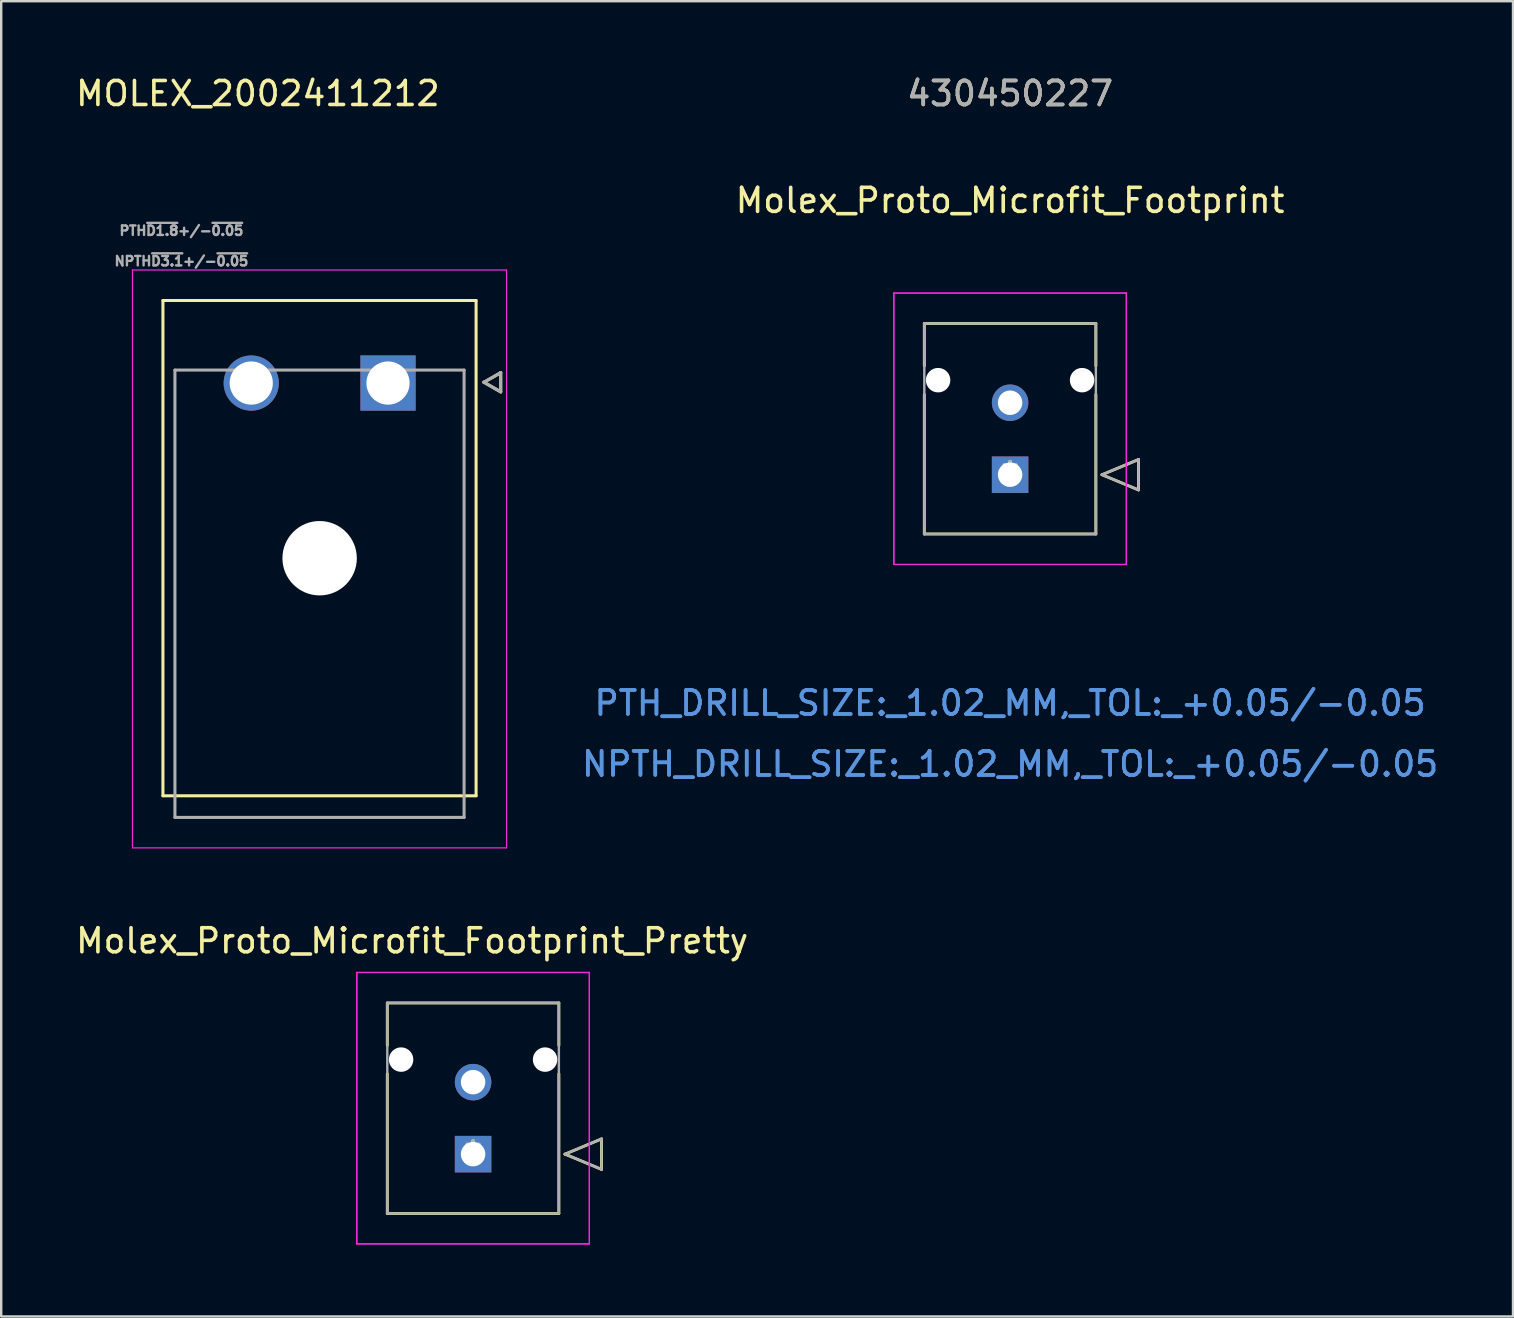
<source format=kicad_pcb>
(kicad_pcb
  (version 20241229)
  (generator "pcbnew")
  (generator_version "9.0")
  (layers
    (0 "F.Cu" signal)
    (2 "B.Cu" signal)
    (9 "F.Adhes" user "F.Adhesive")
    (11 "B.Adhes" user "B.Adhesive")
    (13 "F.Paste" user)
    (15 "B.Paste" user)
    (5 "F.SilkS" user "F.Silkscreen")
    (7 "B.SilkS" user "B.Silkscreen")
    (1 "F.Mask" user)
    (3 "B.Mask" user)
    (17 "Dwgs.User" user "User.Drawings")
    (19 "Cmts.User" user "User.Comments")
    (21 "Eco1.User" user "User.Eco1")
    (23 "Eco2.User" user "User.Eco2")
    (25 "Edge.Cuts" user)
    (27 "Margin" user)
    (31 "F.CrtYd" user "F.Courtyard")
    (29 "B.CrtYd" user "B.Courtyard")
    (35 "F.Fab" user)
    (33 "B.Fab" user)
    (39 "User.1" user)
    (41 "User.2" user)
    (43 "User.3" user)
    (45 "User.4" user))
  (footprint "Molex_Proto_Microfit_Footprint"
    (layer "F.Cu")
    (at 39.044 16.733)
    (property "Reference" "Molex_Proto_Microfit_Footprint" (at 0 -11.43 0) (layer "F.SilkS") (effects (font (size 1 1) (thickness 0.15))))
    (attr through_hole)
    (fp_line (start -3.575 -6.3) (end -3.575 -4.535) (stroke (width 0.12) (type solid)) (layer "F.SilkS"))
    (fp_line (start -3.575 -3.345) (end -3.575 2.47) (stroke (width 0.12) (type solid)) (layer "F.SilkS"))
    (fp_line (start -3.575 2.47) (end 3.575 2.47) (stroke (width 0.12) (type solid)) (layer "F.SilkS"))
    (fp_line (start 3.575 -6.3) (end -3.575 -6.3) (stroke (width 0.12) (type solid)) (layer "F.SilkS"))
    (fp_line (start 3.575 -4.535) (end 3.575 -6.3) (stroke (width 0.12) (type solid)) (layer "F.SilkS"))
    (fp_line (start 3.575 2.47) (end 3.575 -3.345) (stroke (width 0.12) (type solid)) (layer "F.SilkS"))
    (fp_line (start 3.829 0) (end 5.353 -0.635) (stroke (width 0.12) (type solid)) (layer "F.SilkS"))
    (fp_line (start 5.353 -0.635) (end 5.353 0.635) (stroke (width 0.12) (type solid)) (layer "F.SilkS"))
    (fp_line (start 5.353 0.635) (end 3.829 0) (stroke (width 0.12) (type solid)) (layer "F.SilkS"))
    (fp_line (start -4.845 -7.57) (end -4.845 3.74) (stroke (width 0.05) (type solid)) (layer "F.CrtYd"))
    (fp_line (start -4.845 -7.57) (end -4.845 3.74) (stroke (width 0.05) (type solid)) (layer "F.CrtYd"))
    (fp_line (start -4.845 3.74) (end 4.845 3.74) (stroke (width 0.05) (type solid)) (layer "F.CrtYd"))
    (fp_line (start -4.845 3.74) (end 4.845 3.74) (stroke (width 0.05) (type solid)) (layer "F.CrtYd"))
    (fp_line (start 4.845 -7.57) (end -4.845 -7.57) (stroke (width 0.05) (type solid)) (layer "F.CrtYd"))
    (fp_line (start 4.845 -7.57) (end -4.845 -7.57) (stroke (width 0.05) (type solid)) (layer "F.CrtYd"))
    (fp_line (start 4.845 3.74) (end 4.845 -7.57) (stroke (width 0.05) (type solid)) (layer "F.CrtYd"))
    (fp_line (start 4.845 3.74) (end 4.845 -7.57) (stroke (width 0.05) (type solid)) (layer "F.CrtYd"))
    (fp_line (start -3.575 -6.3) (end -3.575 2.47) (stroke (width 0.1) (type solid)) (layer "F.Fab"))
    (fp_line (start -3.575 2.47) (end 3.575 2.47) (stroke (width 0.1) (type solid)) (layer "F.Fab"))
    (fp_line (start 3.575 -6.3) (end -3.575 -6.3) (stroke (width 0.1) (type solid)) (layer "F.Fab"))
    (fp_line (start 3.575 2.47) (end 3.575 -6.3) (stroke (width 0.1) (type solid)) (layer "F.Fab"))
    (fp_line (start 3.829 0) (end 5.353 -0.635) (stroke (width 0.1) (type solid)) (layer "F.Fab"))
    (fp_line (start 5.353 -0.635) (end 5.353 0.635) (stroke (width 0.1) (type solid)) (layer "F.Fab"))
    (fp_line (start 5.353 0.635) (end 3.829 0) (stroke (width 0.1) (type solid)) (layer "F.Fab"))
    (fp_text user "*" (at 0 0 0) (layer "F.SilkS") (effects (font (size 1 1) (thickness 0.15))))
    (fp_text user "430450227" (at 0 -15.885 0) (layer "F.SilkS") (effects (font (size 1 1) (thickness 0.15))))
    (fp_text user "NPTH_DRILL_SIZE:_1.02_MM,_TOL:_+0.05/-0.05" (at 0 12.055 0) (layer "Cmts.User") (effects (font (size 1 1) (thickness 0.15))))
    (fp_text user "PTH_DRILL_SIZE:_1.02_MM,_TOL:_+0.05/-0.05" (at 0 9.515 0) (layer "Cmts.User") (effects (font (size 1 1) (thickness 0.15))))
    (fp_text user "PTH_DRILL_SIZE:_1.02_MM,_TOL:_+0.05/-0.05" (at 0 9.515 0) (layer "Cmts.User") (effects (font (size 1 1) (thickness 0.15))))
    (fp_text user "NPTH_DRILL_SIZE:_1.02_MM,_TOL:_+0.05/-0.05" (at 0 12.055 0) (layer "Cmts.User") (effects (font (size 1 1) (thickness 0.15))))
    (fp_text user "Copyright 2021 Accelerated Designs. All rights reserved." (at 0 0 0) (layer "Cmts.User") (effects (font (size 0.127 0.127) (thickness 0.002))))
    (fp_text user "*" (at 0 0 0) (layer "F.Fab") (effects (font (size 1 1) (thickness 0.15))))
    (fp_text user "430450227" (at 0 -15.885 0) (layer "F.Fab") (effects (font (size 1 1) (thickness 0.15))))
    (pad "" np_thru_hole circle (at -3 -3.94) (size 1.02 1.02) (drill 1.02) (layers "*.Cu" "*.Mask"))
    (pad "" np_thru_hole circle (at 3 -3.94) (size 1.02 1.02) (drill 1.02) (layers "*.Cu" "*.Mask"))
    (pad "1" thru_hole rect (at 0 0) (size 1.52 1.52) (drill 1.02) (layers "*.Cu" "*.Mask"))
    (pad "2" thru_hole circle (at 0 -3) (size 1.52 1.52) (drill 1.02) (layers "*.Cu" "*.Mask")))
  (footprint "Molex_Proto_Microfit_Footprint_Pretty"
    (layer "F.Cu")
    (at 16.665 45.047)
    (property "Reference" "Molex_Proto_Microfit_Footprint_Pretty" (at -2.54 -8.89 0) (layer "F.SilkS") (effects (font (size 1 1) (thickness 0.15))))
    (attr through_hole)
    (fp_line (start -3.575 -6.3) (end -3.575 -4.535) (stroke (width 0.12) (type solid)) (layer "F.SilkS"))
    (fp_line (start -3.575 -3.345) (end -3.575 2.47) (stroke (width 0.12) (type solid)) (layer "F.SilkS"))
    (fp_line (start -3.575 2.47) (end 3.575 2.47) (stroke (width 0.12) (type solid)) (layer "F.SilkS"))
    (fp_line (start 3.575 -6.3) (end -3.575 -6.3) (stroke (width 0.12) (type solid)) (layer "F.SilkS"))
    (fp_line (start 3.575 -4.535) (end 3.575 -6.3) (stroke (width 0.12) (type solid)) (layer "F.SilkS"))
    (fp_line (start 3.575 2.47) (end 3.575 -3.345) (stroke (width 0.12) (type solid)) (layer "F.SilkS"))
    (fp_line (start 3.829 0) (end 5.353 -0.635) (stroke (width 0.12) (type solid)) (layer "F.SilkS"))
    (fp_line (start 5.353 -0.635) (end 5.353 0.635) (stroke (width 0.12) (type solid)) (layer "F.SilkS"))
    (fp_line (start 5.353 0.635) (end 3.829 0) (stroke (width 0.12) (type solid)) (layer "F.SilkS"))
    (fp_line (start -4.845 -7.57) (end -4.845 3.74) (stroke (width 0.05) (type solid)) (layer "F.CrtYd"))
    (fp_line (start -4.845 -7.57) (end -4.845 3.74) (stroke (width 0.05) (type solid)) (layer "F.CrtYd"))
    (fp_line (start -4.845 3.74) (end 4.845 3.74) (stroke (width 0.05) (type solid)) (layer "F.CrtYd"))
    (fp_line (start -4.845 3.74) (end 4.845 3.74) (stroke (width 0.05) (type solid)) (layer "F.CrtYd"))
    (fp_line (start 4.845 -7.57) (end -4.845 -7.57) (stroke (width 0.05) (type solid)) (layer "F.CrtYd"))
    (fp_line (start 4.845 -7.57) (end -4.845 -7.57) (stroke (width 0.05) (type solid)) (layer "F.CrtYd"))
    (fp_line (start 4.845 3.74) (end 4.845 -7.57) (stroke (width 0.05) (type solid)) (layer "F.CrtYd"))
    (fp_line (start 4.845 3.74) (end 4.845 -7.57) (stroke (width 0.05) (type solid)) (layer "F.CrtYd"))
    (fp_line (start -3.575 -6.3) (end -3.575 2.47) (stroke (width 0.1) (type solid)) (layer "F.Fab"))
    (fp_line (start -3.575 2.47) (end 3.575 2.47) (stroke (width 0.1) (type solid)) (layer "F.Fab"))
    (fp_line (start 3.575 -6.3) (end -3.575 -6.3) (stroke (width 0.1) (type solid)) (layer "F.Fab"))
    (fp_line (start 3.575 2.47) (end 3.575 -6.3) (stroke (width 0.1) (type solid)) (layer "F.Fab"))
    (fp_line (start 3.829 0) (end 5.353 -0.635) (stroke (width 0.1) (type solid)) (layer "F.Fab"))
    (fp_line (start 5.353 -0.635) (end 5.353 0.635) (stroke (width 0.1) (type solid)) (layer "F.Fab"))
    (fp_line (start 5.353 0.635) (end 3.829 0) (stroke (width 0.1) (type solid)) (layer "F.Fab"))
    (fp_text user "*" (at 0 0 0) (layer "F.SilkS") (effects (font (size 1 1) (thickness 0.15))))
    (fp_text user "Copyright 2021 Accelerated Designs. All rights reserved." (at 0 0 0) (layer "Cmts.User") (effects (font (size 0.127 0.127) (thickness 0.002))))
    (fp_text user "*" (at 0 0 0) (layer "F.Fab") (effects (font (size 1 1) (thickness 0.15))))
    (pad "" np_thru_hole circle (at -3 -3.94) (size 1.02 1.02) (drill 1.02) (layers "*.Cu" "*.Mask"))
    (pad "" np_thru_hole circle (at 3 -3.94) (size 1.02 1.02) (drill 1.02) (layers "*.Cu" "*.Mask"))
    (pad "1" thru_hole rect (at 0 0) (size 1.52 1.52) (drill 1.02) (layers "*.Cu" "*.Mask"))
    (pad "2" thru_hole circle (at 0 -3) (size 1.52 1.52) (drill 1.02) (layers "*.Cu" "*.Mask")))
  (footprint "MOLEX_2002411212"
    (layer "F.Cu")
    (at 13.12 12.913)
    (property "Reference" "MOLEX_2002411212" (at -5.424 -12.065 0) (layer "F.SilkS") (effects (font (size 1 1) (thickness 0.15))))
    (attr through_hole)
    (fp_circle (center -5.7 0) (end -5.087 0) (stroke (width 1.226) (type solid)) (fill no) (layer "F.Mask"))
    (fp_circle (center -2.85 7.3) (end -2.037 7.3) (stroke (width 1.626) (type solid)) (fill no) (layer "F.Mask"))
    (fp_poly (pts (xy -1.226 -1.226) (xy 1.226 -1.226) (xy 1.226 1.226) (xy -1.226 1.226)) (stroke (width 0.01) (type solid)) (fill yes) (layer "F.Mask"))
    (fp_circle (center -5.7 0) (end -5.087 0) (stroke (width 1.226) (type solid)) (fill no) (layer "B.Mask"))
    (fp_circle (center -2.85 7.3) (end -2.037 7.3) (stroke (width 1.626) (type solid)) (fill no) (layer "B.Mask"))
    (fp_poly (pts (xy -1.226 -1.226) (xy 1.226 -1.226) (xy 1.226 1.226) (xy -1.226 1.226)) (stroke (width 0.01) (type solid)) (fill yes) (layer "B.Mask"))
    (fp_line (start -9.38 -3.44) (end 3.67 -3.44) (stroke (width 0.127) (type solid)) (layer "F.SilkS"))
    (fp_line (start -9.38 17.2) (end -9.38 -3.44) (stroke (width 0.127) (type solid)) (layer "F.SilkS"))
    (fp_line (start 3.67 -3.44) (end 3.67 17.2) (stroke (width 0.127) (type solid)) (layer "F.SilkS"))
    (fp_line (start 3.67 17.2) (end -9.38 17.2) (stroke (width 0.127) (type solid)) (layer "F.SilkS"))
    (fp_line (start 3.996 -0.033) (end 4.696 -0.433) (stroke (width 0.127) (type solid)) (layer "F.SilkS"))
    (fp_line (start 4.696 -0.433) (end 4.696 0.367) (stroke (width 0.127) (type solid)) (layer "F.SilkS"))
    (fp_line (start 4.696 0.367) (end 3.996 -0.033) (stroke (width 0.127) (type solid)) (layer "F.SilkS"))
    (fp_line (start -10.65 -4.71) (end 4.94 -4.71) (stroke (width 0.05) (type solid)) (layer "F.CrtYd"))
    (fp_line (start -10.65 19.37) (end -10.65 -4.71) (stroke (width 0.05) (type solid)) (layer "F.CrtYd"))
    (fp_line (start 4.94 -4.71) (end 4.94 19.37) (stroke (width 0.05) (type solid)) (layer "F.CrtYd"))
    (fp_line (start 4.94 19.37) (end -10.65 19.37) (stroke (width 0.05) (type solid)) (layer "F.CrtYd"))
    (fp_line (start -8.88 -0.54) (end 3.17 -0.54) (stroke (width 0.127) (type solid)) (layer "F.Fab"))
    (fp_line (start -8.88 18.1) (end -8.88 -0.54) (stroke (width 0.127) (type solid)) (layer "F.Fab"))
    (fp_line (start -8.88 18.1) (end 3.17 18.1) (stroke (width 0.127) (type solid)) (layer "F.Fab"))
    (fp_line (start 3.17 -0.54) (end 3.17 18.1) (stroke (width 0.127) (type solid)) (layer "F.Fab"))
    (fp_line (start 3.996 -0.033) (end 4.696 -0.433) (stroke (width 0.127) (type solid)) (layer "F.Fab"))
    (fp_line (start 4.696 -0.433) (end 4.696 0.367) (stroke (width 0.127) (type solid)) (layer "F.Fab"))
    (fp_line (start 4.696 0.367) (end 3.996 -0.033) (stroke (width 0.127) (type solid)) (layer "F.Fab"))
    (fp_text user "PTH~{D1.8}+/-~{0.05}" (at -8.61 -6.35 0) (layer "F.Fab") (effects (font (size 0.394 0.394) (thickness 0.15))))
    (fp_text user "NPTH~{D3.1}+/-~{0.05}" (at -8.61 -5.08 0) (layer "F.Fab") (effects (font (size 0.394 0.394) (thickness 0.15))))
    (pad "" np_thru_hole circle (at -2.85 7.3) (size 3.1 3.1) (drill 3.1) (layers "*.Cu" "*.Mask"))
    (pad "1" thru_hole rect (at 0 0) (size 2.3 2.3) (drill 1.8) (layers "*.Cu"))
    (pad "2" thru_hole circle (at -5.7 0) (size 2.3 2.3) (drill 1.8) (layers "*.Cu")))
  (gr_rect
    (start -3 -3)
    (end 60.002 51.812)
    (stroke (width 0.1) (type default))
    (fill no)
    (layer "Edge.Cuts")))
</source>
